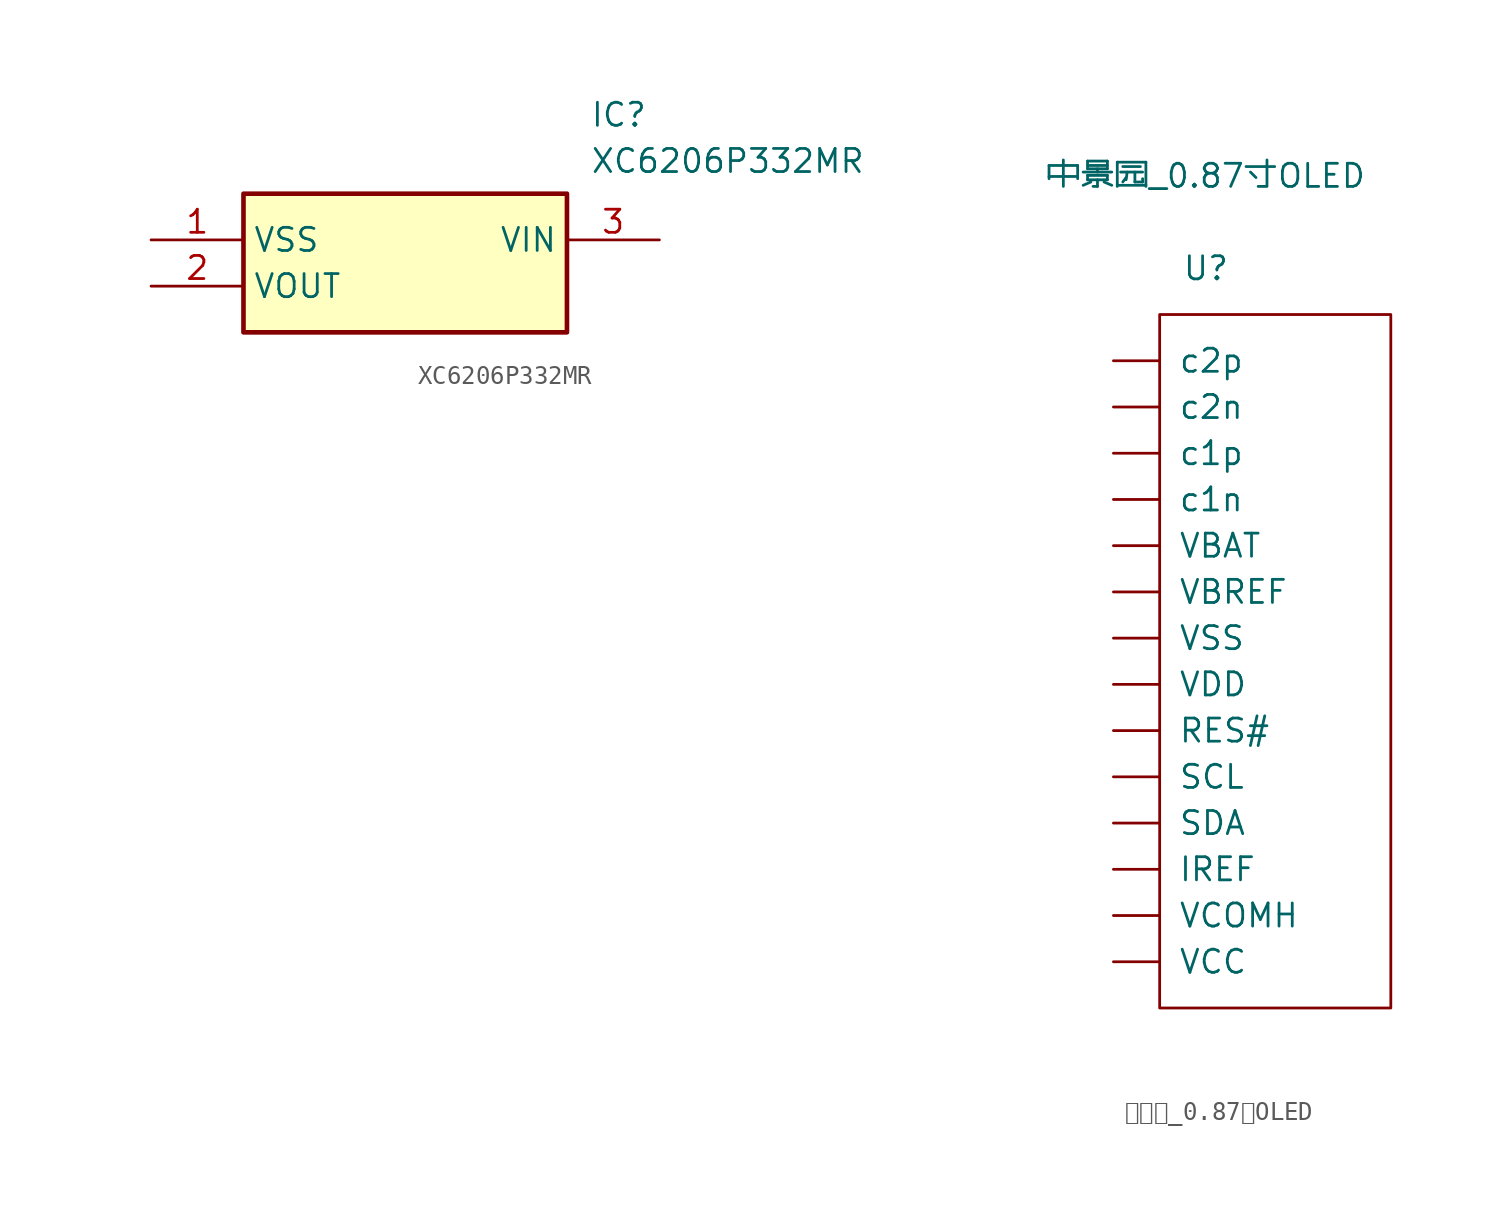
<source format=kicad_sym>
(kicad_symbol_lib
  (version 20220914)
  (generator kicad_symbol_editor)
  (symbol "XC6206P332MR"
    (property "Reference" "IC"
      (at 24.13 7.62 0)
      (effects (font (size 1.27 1.27)) (justify left top)))
    (property "Value" "XC6206P332MR"
      (at 24.13 5.08 0)
      (effects (font (size 1.27 1.27)) (justify left top)))
    (symbol "XC6206P332MR_1_1"
      (rectangle (start 5.08 2.54) (end 22.86 -5.08) (stroke (width 0.254) (type default)) (fill (type background)))
      (pin passive line (at 0 0 0) (length 5.08) (name "VSS" (effects (font (size 1.27 1.27)))) (number "1" (effects (font (size 1.27 1.27)))))
      (pin passive line (at 0 -2.54 0) (length 5.08) (name "VOUT" (effects (font (size 1.27 1.27)))) (number "2" (effects (font (size 1.27 1.27)))))
      (pin passive line (at 27.94 0 180) (length 5.08) (name "VIN" (effects (font (size 1.27 1.27)))) (number "3" (effects (font (size 1.27 1.27)))))))
  (symbol "中景园_0.87寸OLED"
    (pin_numbers hide)
    (pin_names
      (offset 1.016))
    (property "Reference" "U"
      (at 0 20.32 0)
      (effects (font (size 1.27 1.27))))
    (property "Value" "中景园_0.87寸OLED"
      (at 0 25.4 0)
      (effects (font (size 1.27 1.27))))
    (symbol "中景园_0.87寸OLED_1_1"
      (rectangle (start -2.54 17.78) (end 10.16 -20.32) (stroke (width 0.152) (type solid)) (fill (type none)))
      (pin input line (at -5.08 15.24 0) (length 2.54) (name "c2p" (effects (font (size 1.27 1.27)))) (number "1" (effects (font (size 1.27 1.27)))))
      (pin input line (at -5.08 -7.62 0) (length 2.54) (name "SCL" (effects (font (size 1.27 1.27)))) (number "10" (effects (font (size 1.27 1.27)))))
      (pin input line (at -5.08 -10.16 0) (length 2.54) (name "SDA" (effects (font (size 1.27 1.27)))) (number "11" (effects (font (size 1.27 1.27)))))
      (pin input line (at -5.08 -12.7 0) (length 2.54) (name "IREF" (effects (font (size 1.27 1.27)))) (number "12" (effects (font (size 1.27 1.27)))))
      (pin input line (at -5.08 -15.24 0) (length 2.54) (name "VCOMH" (effects (font (size 1.27 1.27)))) (number "13" (effects (font (size 1.27 1.27)))))
      (pin input line (at -5.08 -17.78 0) (length 2.54) (name "VCC" (effects (font (size 1.27 1.27)))) (number "14" (effects (font (size 1.27 1.27)))))
      (pin input line (at -5.08 12.7 0) (length 2.54) (name "c2n" (effects (font (size 1.27 1.27)))) (number "2" (effects (font (size 1.27 1.27)))))
      (pin input line (at -5.08 10.16 0) (length 2.54) (name "c1p" (effects (font (size 1.27 1.27)))) (number "3" (effects (font (size 1.27 1.27)))))
      (pin input line (at -5.08 7.62 0) (length 2.54) (name "c1n" (effects (font (size 1.27 1.27)))) (number "4" (effects (font (size 1.27 1.27)))))
      (pin input line (at -5.08 5.08 0) (length 2.54) (name "VBAT" (effects (font (size 1.27 1.27)))) (number "5" (effects (font (size 1.27 1.27)))))
      (pin input line (at -5.08 2.54 0) (length 2.54) (name "VBREF" (effects (font (size 1.27 1.27)))) (number "6" (effects (font (size 1.27 1.27)))))
      (pin input line (at -5.08 0 0) (length 2.54) (name "VSS" (effects (font (size 1.27 1.27)))) (number "7" (effects (font (size 1.27 1.27)))))
      (pin input line (at -5.08 -2.54 0) (length 2.54) (name "VDD" (effects (font (size 1.27 1.27)))) (number "8" (effects (font (size 1.27 1.27)))))
      (pin input line (at -5.08 -5.08 0) (length 2.54) (name "RES#" (effects (font (size 1.27 1.27)))) (number "9" (effects (font (size 1.27 1.27))))))))
</source>
